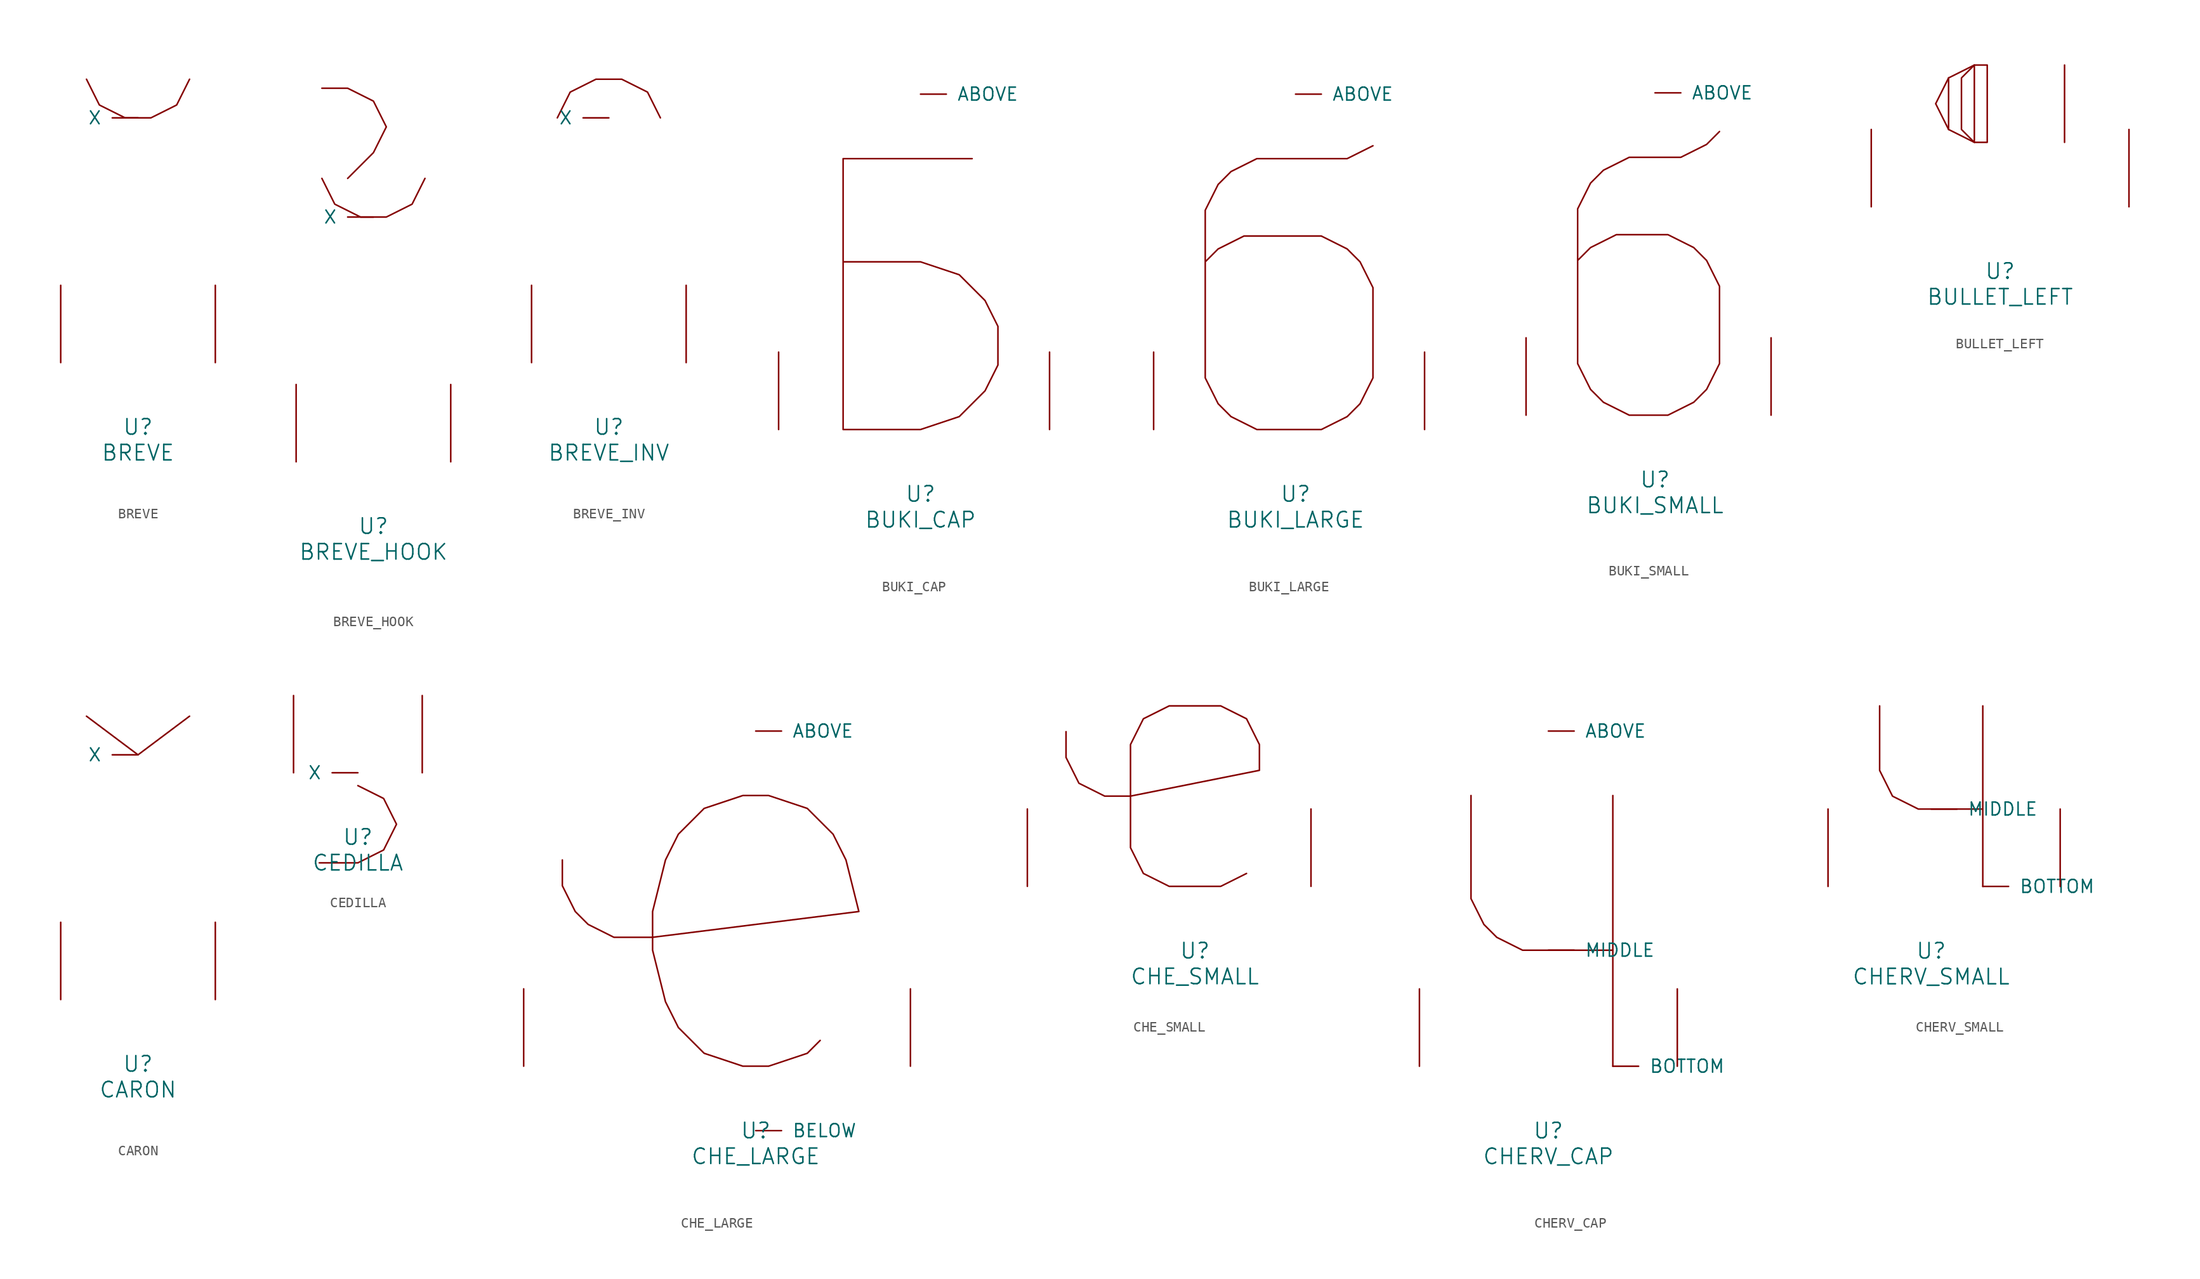
<source format=kicad_sym>
(kicad_symbol_lib
  (version 20220914)
  (generator font_lib2sym)
  (symbol "BREVE"
    (pin_names
      (offset 1.016))
    (property "Reference" "U"
      (at 0 -6.35 0)
      (effects (font (size 1.524 1.524))))
    (property "Value" "BREVE"
      (at 0 -8.89 0)
      (effects (font (size 1.524 1.524))))
    (symbol "BREVE_0_1"
      (polyline (pts (xy -5.08 27.94) (xy -3.81 25.4) (xy -1.27 24.13) (xy 1.27 24.13) (xy 3.81 25.4) (xy 5.08 27.94)) (stroke (width 0) (type solid)) (fill (type none)))
      (pin input line (at 0 24.13 180) (length 2.54) (name "X" (effects (font (size 1.27 1.27)))) (number "~" (effects (font (size 1.27 1.27)))))
      (pin input line (at -7.62 0 90) (length 7.62) (name "~" (effects (font (size 1.27 1.27)))) (number "~" (effects (font (size 1.27 1.27)))))
      (pin input line (at 7.62 0 90) (length 7.62) (name "~" (effects (font (size 1.27 1.27)))) (number "~" (effects (font (size 1.27 1.27)))))))
  (symbol "BREVE_HOOK"
    (pin_names
      (offset 1.016))
    (property "Reference" "U"
      (at 0 -6.35 0)
      (effects (font (size 1.524 1.524))))
    (property "Value" "BREVE_HOOK"
      (at 0 -8.89 0)
      (effects (font (size 1.524 1.524))))
    (symbol "BREVE_HOOK_0_1"
      (polyline (pts (xy -5.08 27.94) (xy -3.81 25.4) (xy -1.27 24.13) (xy 1.27 24.13) (xy 3.81 25.4) (xy 5.08 27.94)) (stroke (width 0) (type solid)) (fill (type none)))
      (polyline (pts (xy -2.54 27.94) (xy 0 30.48) (xy 1.27 33.02) (xy 0 35.56) (xy -2.54 36.83) (xy -5.08 36.83)) (stroke (width 0) (type solid)) (fill (type none)))
      (pin input line (at 0 24.13 180) (length 2.54) (name "X" (effects (font (size 1.27 1.27)))) (number "~" (effects (font (size 1.27 1.27)))))
      (pin input line (at -7.62 0 90) (length 7.62) (name "~" (effects (font (size 1.27 1.27)))) (number "~" (effects (font (size 1.27 1.27)))))
      (pin input line (at 7.62 0 90) (length 7.62) (name "~" (effects (font (size 1.27 1.27)))) (number "~" (effects (font (size 1.27 1.27)))))))
  (symbol "BREVE_INV"
    (pin_names
      (offset 1.016))
    (property "Reference" "U"
      (at 0 -6.35 0)
      (effects (font (size 1.524 1.524))))
    (property "Value" "BREVE_INV"
      (at 0 -8.89 0)
      (effects (font (size 1.524 1.524))))
    (symbol "BREVE_INV_0_1"
      (polyline (pts (xy -5.08 24.13) (xy -3.81 26.67) (xy -1.27 27.94) (xy 1.27 27.94) (xy 3.81 26.67) (xy 5.08 24.13)) (stroke (width 0) (type solid)) (fill (type none)))
      (pin input line (at 0 24.13 180) (length 2.54) (name "X" (effects (font (size 1.27 1.27)))) (number "~" (effects (font (size 1.27 1.27)))))
      (pin input line (at -7.62 0 90) (length 7.62) (name "~" (effects (font (size 1.27 1.27)))) (number "~" (effects (font (size 1.27 1.27)))))
      (pin input line (at 7.62 0 90) (length 7.62) (name "~" (effects (font (size 1.27 1.27)))) (number "~" (effects (font (size 1.27 1.27)))))))
  (symbol "BUKI_CAP"
    (pin_names
      (offset 1.016))
    (property "Reference" "U"
      (at 0 -6.35 0)
      (effects (font (size 1.524 1.524))))
    (property "Value" "BUKI_CAP"
      (at 0 -8.89 0)
      (effects (font (size 1.524 1.524))))
    (symbol "BUKI_CAP_0_1"
      (polyline (pts (xy 5.08 26.67) (xy -7.62 26.67) (xy -7.62 0) (xy 0 0) (xy 3.81 1.27) (xy 6.35 3.81) (xy 7.62 6.35) (xy 7.62 10.16) (xy 6.35 12.7) (xy 3.81 15.24) (xy 0 16.51) (xy -7.62 16.51)) (stroke (width 0) (type solid)) (fill (type none)))
      (pin input line (at 0 33.02 0) (length 2.54) (name "ABOVE" (effects (font (size 1.27 1.27)))) (number "~" (effects (font (size 1.27 1.27)))))
      (pin input line (at -13.97 0 90) (length 7.62) (name "~" (effects (font (size 1.27 1.27)))) (number "~" (effects (font (size 1.27 1.27)))))
      (pin input line (at 12.7 0 90) (length 7.62) (name "~" (effects (font (size 1.27 1.27)))) (number "~" (effects (font (size 1.27 1.27)))))))
  (symbol "BUKI_LARGE"
    (pin_names
      (offset 1.016))
    (property "Reference" "U"
      (at 0 -6.35 0)
      (effects (font (size 1.524 1.524))))
    (property "Value" "BUKI_LARGE"
      (at 0 -8.89 0)
      (effects (font (size 1.524 1.524))))
    (symbol "BUKI_LARGE_0_1"
      (polyline (pts (xy 7.62 27.94) (xy 5.08 26.67) (xy -3.81 26.67) (xy -6.35 25.4) (xy -7.62 24.13) (xy -8.89 21.59) (xy -8.89 5.08) (xy -7.62 2.54) (xy -6.35 1.27) (xy -3.81 0) (xy 2.54 0) (xy 5.08 1.27) (xy 6.35 2.54) (xy 7.62 5.08) (xy 7.62 13.97) (xy 6.35 16.51) (xy 5.08 17.78) (xy 2.54 19.05) (xy -5.08 19.05) (xy -7.62 17.78) (xy -8.89 16.51)) (stroke (width 0) (type solid)) (fill (type none)))
      (pin input line (at 0 33.02 0) (length 2.54) (name "ABOVE" (effects (font (size 1.27 1.27)))) (number "~" (effects (font (size 1.27 1.27)))))
      (pin input line (at -13.97 0 90) (length 7.62) (name "~" (effects (font (size 1.27 1.27)))) (number "~" (effects (font (size 1.27 1.27)))))
      (pin input line (at 12.7 0 90) (length 7.62) (name "~" (effects (font (size 1.27 1.27)))) (number "~" (effects (font (size 1.27 1.27)))))))
  (symbol "BUKI_SMALL"
    (pin_names
      (offset 1.016))
    (property "Reference" "U"
      (at 0 -6.35 0)
      (effects (font (size 1.524 1.524))))
    (property "Value" "BUKI_SMALL"
      (at 0 -8.89 0)
      (effects (font (size 1.524 1.524))))
    (symbol "BUKI_SMALL_0_1"
      (polyline (pts (xy 6.35 27.94) (xy 5.08 26.67) (xy 2.54 25.4) (xy -2.54 25.4) (xy -5.08 24.13) (xy -6.35 22.86) (xy -7.62 20.32) (xy -7.62 5.08) (xy -6.35 2.54) (xy -5.08 1.27) (xy -2.54 0) (xy 1.27 0) (xy 3.81 1.27) (xy 5.08 2.54) (xy 6.35 5.08) (xy 6.35 12.7) (xy 5.08 15.24) (xy 3.81 16.51) (xy 1.27 17.78) (xy -3.81 17.78) (xy -6.35 16.51) (xy -7.62 15.24)) (stroke (width 0) (type solid)) (fill (type none)))
      (pin input line (at 0 31.75 0) (length 2.54) (name "ABOVE" (effects (font (size 1.27 1.27)))) (number "~" (effects (font (size 1.27 1.27)))))
      (pin input line (at -12.7 0 90) (length 7.62) (name "~" (effects (font (size 1.27 1.27)))) (number "~" (effects (font (size 1.27 1.27)))))
      (pin input line (at 11.43 0 90) (length 7.62) (name "~" (effects (font (size 1.27 1.27)))) (number "~" (effects (font (size 1.27 1.27)))))))
  (symbol "BULLET_LEFT"
    (pin_names
      (offset 1.016))
    (property "Reference" "U"
      (at 0 -6.35 0)
      (effects (font (size 1.524 1.524))))
    (property "Value" "BULLET_LEFT"
      (at 0 -8.89 0)
      (effects (font (size 1.524 1.524))))
    (symbol "BULLET_LEFT_0_1"
      (polyline (pts (xy -5.08 12.7) (xy -5.08 7.62)) (stroke (width 0) (type solid)) (fill (type none)))
      (polyline (pts (xy 6.35 13.97) (xy 6.35 6.35)) (stroke (width 0) (type solid)) (fill (type none)))
      (polyline (pts (xy -2.54 6.35) (xy -2.54 13.97) (xy -3.81 12.7) (xy -3.81 7.62) (xy -2.54 6.35)) (stroke (width 0) (type solid)) (fill (type none)))
      (polyline (pts (xy -1.27 13.97) (xy -2.54 13.97) (xy -5.08 12.7) (xy -6.35 10.16) (xy -5.08 7.62) (xy -2.54 6.35) (xy -1.27 6.35) (xy -1.27 13.97)) (stroke (width 0) (type solid)) (fill (type none)))
      (pin input line (at -12.7 0 90) (length 7.62) (name "~" (effects (font (size 1.27 1.27)))) (number "~" (effects (font (size 1.27 1.27)))))
      (pin input line (at 12.7 0 90) (length 7.62) (name "~" (effects (font (size 1.27 1.27)))) (number "~" (effects (font (size 1.27 1.27)))))))
  (symbol "CARON"
    (pin_names
      (offset 1.016))
    (property "Reference" "U"
      (at 0 -6.35 0)
      (effects (font (size 1.524 1.524))))
    (property "Value" "CARON"
      (at 0 -8.89 0)
      (effects (font (size 1.524 1.524))))
    (symbol "CARON_0_1"
      (polyline (pts (xy -5.08 27.94) (xy 0 24.13) (xy 5.08 27.94)) (stroke (width 0) (type solid)) (fill (type none)))
      (pin input line (at 0 24.13 180) (length 2.54) (name "X" (effects (font (size 1.27 1.27)))) (number "~" (effects (font (size 1.27 1.27)))))
      (pin input line (at -7.62 0 90) (length 7.62) (name "~" (effects (font (size 1.27 1.27)))) (number "~" (effects (font (size 1.27 1.27)))))
      (pin input line (at 7.62 0 90) (length 7.62) (name "~" (effects (font (size 1.27 1.27)))) (number "~" (effects (font (size 1.27 1.27)))))))
  (symbol "CEDILLA"
    (pin_names
      (offset 1.016))
    (property "Reference" "U"
      (at 0 -6.35 0)
      (effects (font (size 1.524 1.524))))
    (property "Value" "CEDILLA"
      (at 0 -8.89 0)
      (effects (font (size 1.524 1.524))))
    (symbol "CEDILLA_0_1"
      (polyline (pts (xy 0 -1.27) (xy 2.54 -2.54) (xy 3.81 -5.08) (xy 2.54 -7.62) (xy 0 -8.89) (xy -3.81 -8.89)) (stroke (width 0) (type solid)) (fill (type none)))
      (pin input line (at 0 0 180) (length 2.54) (name "X" (effects (font (size 1.27 1.27)))) (number "~" (effects (font (size 1.27 1.27)))))
      (pin input line (at -6.35 0 90) (length 7.62) (name "~" (effects (font (size 1.27 1.27)))) (number "~" (effects (font (size 1.27 1.27)))))
      (pin input line (at 6.35 0 90) (length 7.62) (name "~" (effects (font (size 1.27 1.27)))) (number "~" (effects (font (size 1.27 1.27)))))))
  (symbol "CHE_LARGE"
    (pin_names
      (offset 1.016))
    (property "Reference" "U"
      (at 0 -6.35 0)
      (effects (font (size 1.524 1.524))))
    (property "Value" "CHE_LARGE"
      (at 0 -8.89 0)
      (effects (font (size 1.524 1.524))))
    (symbol "CHE_LARGE_0_1"
      (polyline (pts (xy 6.35 2.54) (xy 5.08 1.27) (xy 1.27 0) (xy -1.27 0) (xy -5.08 1.27) (xy -7.62 3.81) (xy -8.89 6.35) (xy -10.16 11.43) (xy -10.16 15.24) (xy -8.89 20.32) (xy -7.62 22.86) (xy -5.08 25.4) (xy -1.27 26.67) (xy 1.27 26.67) (xy 5.08 25.4) (xy 7.62 22.86) (xy 8.89 20.32) (xy 10.16 15.24) (xy -10.16 12.7) (xy -13.97 12.7) (xy -16.51 13.97) (xy -17.78 15.24) (xy -19.05 17.78) (xy -19.05 20.32)) (stroke (width 0) (type solid)) (fill (type none)))
      (pin input line (at 0 33.02 0) (length 2.54) (name "ABOVE" (effects (font (size 1.27 1.27)))) (number "~" (effects (font (size 1.27 1.27)))))
      (pin input line (at 0 -6.35 0) (length 2.54) (name "BELOW" (effects (font (size 1.27 1.27)))) (number "~" (effects (font (size 1.27 1.27)))))
      (pin input line (at -22.86 0 90) (length 7.62) (name "~" (effects (font (size 1.27 1.27)))) (number "~" (effects (font (size 1.27 1.27)))))
      (pin input line (at 15.24 0 90) (length 7.62) (name "~" (effects (font (size 1.27 1.27)))) (number "~" (effects (font (size 1.27 1.27)))))))
  (symbol "CHE_SMALL"
    (pin_names
      (offset 1.016))
    (property "Reference" "U"
      (at 0 -6.35 0)
      (effects (font (size 1.524 1.524))))
    (property "Value" "CHE_SMALL"
      (at 0 -8.89 0)
      (effects (font (size 1.524 1.524))))
    (symbol "CHE_SMALL_0_1"
      (polyline (pts (xy 5.08 1.27) (xy 2.54 0) (xy -2.54 0) (xy -5.08 1.27) (xy -6.35 3.81) (xy -6.35 13.97) (xy -5.08 16.51) (xy -2.54 17.78) (xy 2.54 17.78) (xy 5.08 16.51) (xy 6.35 13.97) (xy 6.35 11.43) (xy -6.35 8.89) (xy -8.89 8.89) (xy -11.43 10.16) (xy -12.7 12.7) (xy -12.7 15.24)) (stroke (width 0) (type solid)) (fill (type none)))
      (pin input line (at -16.51 0 90) (length 7.62) (name "~" (effects (font (size 1.27 1.27)))) (number "~" (effects (font (size 1.27 1.27)))))
      (pin input line (at 11.43 0 90) (length 7.62) (name "~" (effects (font (size 1.27 1.27)))) (number "~" (effects (font (size 1.27 1.27)))))))
  (symbol "CHERV_CAP"
    (pin_names
      (offset 1.016))
    (property "Reference" "U"
      (at 0 -6.35 0)
      (effects (font (size 1.524 1.524))))
    (property "Value" "CHERV_CAP"
      (at 0 -8.89 0)
      (effects (font (size 1.524 1.524))))
    (symbol "CHERV_CAP_0_1"
      (polyline (pts (xy 6.35 26.67) (xy 6.35 0)) (stroke (width 0) (type solid)) (fill (type none)))
      (polyline (pts (xy -7.62 26.67) (xy -7.62 16.51) (xy -6.35 13.97) (xy -5.08 12.7) (xy -2.54 11.43) (xy 6.35 11.43)) (stroke (width 0) (type solid)) (fill (type none)))
      (pin input line (at 0 33.02 0) (length 2.54) (name "ABOVE" (effects (font (size 1.27 1.27)))) (number "~" (effects (font (size 1.27 1.27)))))
      (pin input line (at 6.35 0 0) (length 2.54) (name "BOTTOM" (effects (font (size 1.27 1.27)))) (number "~" (effects (font (size 1.27 1.27)))))
      (pin input line (at 0 11.43 0) (length 2.54) (name "MIDDLE" (effects (font (size 1.27 1.27)))) (number "~" (effects (font (size 1.27 1.27)))))
      (pin input line (at -12.7 0 90) (length 7.62) (name "~" (effects (font (size 1.27 1.27)))) (number "~" (effects (font (size 1.27 1.27)))))
      (pin input line (at 12.7 0 90) (length 7.62) (name "~" (effects (font (size 1.27 1.27)))) (number "~" (effects (font (size 1.27 1.27)))))))
  (symbol "CHERV_SMALL"
    (pin_names
      (offset 1.016))
    (property "Reference" "U"
      (at 0 -6.35 0)
      (effects (font (size 1.524 1.524))))
    (property "Value" "CHERV_SMALL"
      (at 0 -8.89 0)
      (effects (font (size 1.524 1.524))))
    (symbol "CHERV_SMALL_0_1"
      (polyline (pts (xy 5.08 17.78) (xy 5.08 0)) (stroke (width 0) (type solid)) (fill (type none)))
      (polyline (pts (xy -5.08 17.78) (xy -5.08 11.43) (xy -3.81 8.89) (xy -1.27 7.62) (xy 5.08 7.62)) (stroke (width 0) (type solid)) (fill (type none)))
      (pin input line (at 5.08 0 0) (length 2.54) (name "BOTTOM" (effects (font (size 1.27 1.27)))) (number "~" (effects (font (size 1.27 1.27)))))
      (pin input line (at 0 7.62 0) (length 2.54) (name "MIDDLE" (effects (font (size 1.27 1.27)))) (number "~" (effects (font (size 1.27 1.27)))))
      (pin input line (at -10.16 0 90) (length 7.62) (name "~" (effects (font (size 1.27 1.27)))) (number "~" (effects (font (size 1.27 1.27)))))
      (pin input line (at 12.7 0 90) (length 7.62) (name "~" (effects (font (size 1.27 1.27)))) (number "~" (effects (font (size 1.27 1.27))))))))
</source>
